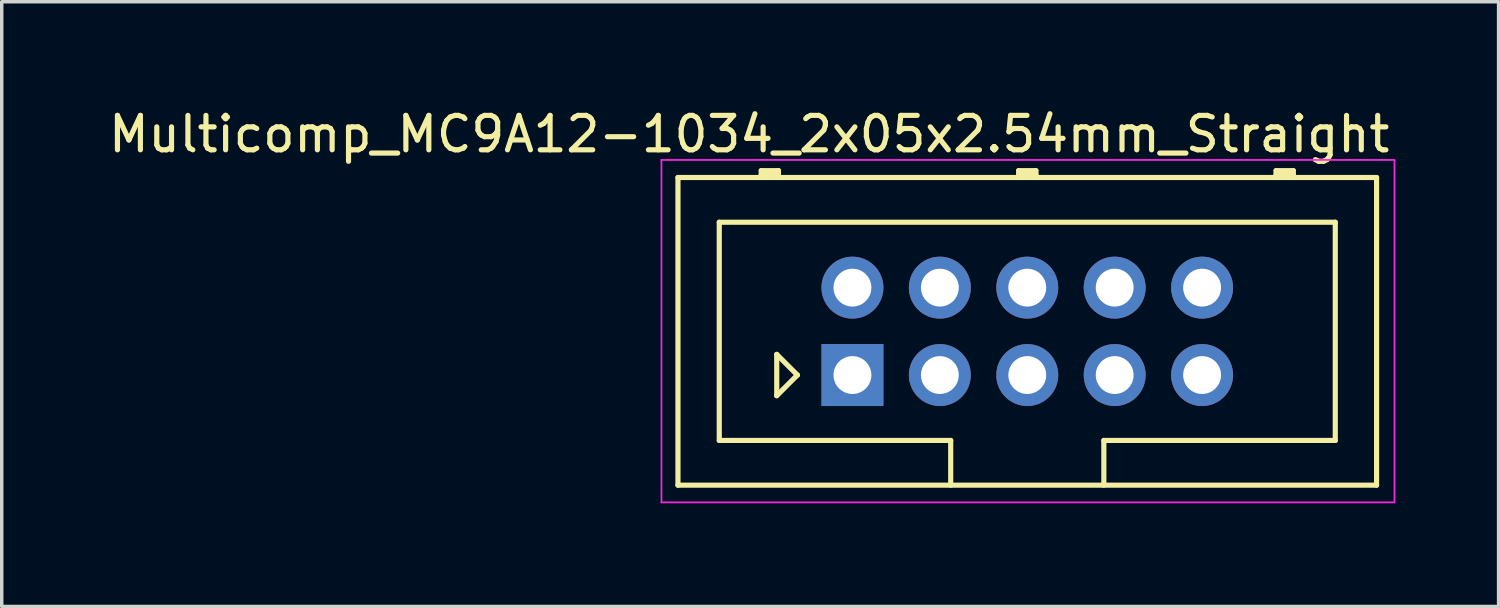
<source format=kicad_pcb>
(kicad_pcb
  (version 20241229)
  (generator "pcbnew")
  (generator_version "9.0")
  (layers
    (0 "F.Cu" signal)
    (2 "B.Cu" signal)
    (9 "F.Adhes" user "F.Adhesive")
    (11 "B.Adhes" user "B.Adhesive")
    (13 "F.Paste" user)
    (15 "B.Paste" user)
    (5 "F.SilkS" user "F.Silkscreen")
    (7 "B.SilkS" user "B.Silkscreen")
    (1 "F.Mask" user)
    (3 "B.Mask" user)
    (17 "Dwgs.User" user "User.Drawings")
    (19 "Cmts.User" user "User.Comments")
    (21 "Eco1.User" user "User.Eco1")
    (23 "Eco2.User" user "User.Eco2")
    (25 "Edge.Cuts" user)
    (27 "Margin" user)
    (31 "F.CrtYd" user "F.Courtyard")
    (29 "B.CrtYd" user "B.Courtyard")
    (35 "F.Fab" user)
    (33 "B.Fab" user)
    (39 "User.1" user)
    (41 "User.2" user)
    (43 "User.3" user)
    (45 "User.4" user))
  (footprint "Multicomp_MC9A12-1034_2x05x2.54mm_Straight"
    (layer "F.Cu")
    (at 21.72 7.848)
    (property "Reference" "Multicomp_MC9A12-1034_2x05x2.54mm_Straight" (at -3 -7 0) (layer "F.SilkS") (effects (font (size 1 1) (thickness 0.15))))
    (attr through_hole)
    (fp_line (start -5.07 -5.74) (end 15.23 -5.74) (stroke (width 0.15) (type solid)) (layer "F.SilkS"))
    (fp_line (start -5.07 3.2) (end -5.07 -5.74) (stroke (width 0.15) (type solid)) (layer "F.SilkS"))
    (fp_line (start -3.87 -4.44) (end 14.03 -4.44) (stroke (width 0.15) (type solid)) (layer "F.SilkS"))
    (fp_line (start -3.87 1.9) (end -3.87 -4.44) (stroke (width 0.15) (type solid)) (layer "F.SilkS"))
    (fp_line (start -2.65 -5.94) (end -2.15 -5.94) (stroke (width 0.15) (type solid)) (layer "F.SilkS"))
    (fp_line (start -2.65 -5.84) (end -2.15 -5.84) (stroke (width 0.15) (type solid)) (layer "F.SilkS"))
    (fp_line (start -2.65 -5.74) (end -2.65 -5.94) (stroke (width 0.15) (type solid)) (layer "F.SilkS"))
    (fp_line (start -2.2 -0.6) (end -1.6 0) (stroke (width 0.15) (type solid)) (layer "F.SilkS"))
    (fp_line (start -2.2 0.6) (end -2.2 -0.6) (stroke (width 0.15) (type solid)) (layer "F.SilkS"))
    (fp_line (start -2.15 -5.94) (end -2.15 -5.74) (stroke (width 0.15) (type solid)) (layer "F.SilkS"))
    (fp_line (start -1.6 0) (end -2.2 0.6) (stroke (width 0.15) (type solid)) (layer "F.SilkS"))
    (fp_line (start 2.855 1.9) (end -3.87 1.9) (stroke (width 0.15) (type solid)) (layer "F.SilkS"))
    (fp_line (start 2.855 3.2) (end 2.855 1.9) (stroke (width 0.15) (type solid)) (layer "F.SilkS"))
    (fp_line (start 4.83 -5.94) (end 5.33 -5.94) (stroke (width 0.15) (type solid)) (layer "F.SilkS"))
    (fp_line (start 4.83 -5.84) (end 5.33 -5.84) (stroke (width 0.15) (type solid)) (layer "F.SilkS"))
    (fp_line (start 4.83 -5.74) (end 4.83 -5.94) (stroke (width 0.15) (type solid)) (layer "F.SilkS"))
    (fp_line (start 5.33 -5.94) (end 5.33 -5.74) (stroke (width 0.15) (type solid)) (layer "F.SilkS"))
    (fp_line (start 7.305 1.9) (end 7.305 3.2) (stroke (width 0.15) (type solid)) (layer "F.SilkS"))
    (fp_line (start 12.31 -5.94) (end 12.81 -5.94) (stroke (width 0.15) (type solid)) (layer "F.SilkS"))
    (fp_line (start 12.31 -5.84) (end 12.81 -5.84) (stroke (width 0.15) (type solid)) (layer "F.SilkS"))
    (fp_line (start 12.31 -5.74) (end 12.31 -5.94) (stroke (width 0.15) (type solid)) (layer "F.SilkS"))
    (fp_line (start 12.81 -5.94) (end 12.81 -5.74) (stroke (width 0.15) (type solid)) (layer "F.SilkS"))
    (fp_line (start 14.03 -4.44) (end 14.03 1.9) (stroke (width 0.15) (type solid)) (layer "F.SilkS"))
    (fp_line (start 14.03 1.9) (end 7.305 1.9) (stroke (width 0.15) (type solid)) (layer "F.SilkS"))
    (fp_line (start 15.23 -5.74) (end 15.23 3.2) (stroke (width 0.15) (type solid)) (layer "F.SilkS"))
    (fp_line (start 15.23 3.2) (end -5.07 3.2) (stroke (width 0.15) (type solid)) (layer "F.SilkS"))
    (fp_line (start -5.55 -6.25) (end 15.75 -6.25) (stroke (width 0.05) (type solid)) (layer "F.CrtYd"))
    (fp_line (start -5.55 3.7) (end -5.55 -6.25) (stroke (width 0.05) (type solid)) (layer "F.CrtYd"))
    (fp_line (start 15.75 -6.25) (end 15.75 3.7) (stroke (width 0.05) (type solid)) (layer "F.CrtYd"))
    (fp_line (start 15.75 3.7) (end -5.55 3.7) (stroke (width 0.05) (type solid)) (layer "F.CrtYd"))
    (pad "1" thru_hole rect (at 0 0) (size 1.8 1.8) (drill 1.1) (layers "*.Cu" "*.Mask"))
    (pad "2" thru_hole circle (at 0 -2.54) (size 1.8 1.8) (drill 1.1) (layers "*.Cu" "*.Mask"))
    (pad "3" thru_hole circle (at 2.54 0) (size 1.8 1.8) (drill 1.1) (layers "*.Cu" "*.Mask"))
    (pad "4" thru_hole circle (at 2.54 -2.54) (size 1.8 1.8) (drill 1.1) (layers "*.Cu" "*.Mask"))
    (pad "5" thru_hole circle (at 5.08 0) (size 1.8 1.8) (drill 1.1) (layers "*.Cu" "*.Mask"))
    (pad "6" thru_hole circle (at 5.08 -2.54) (size 1.8 1.8) (drill 1.1) (layers "*.Cu" "*.Mask"))
    (pad "7" thru_hole circle (at 7.62 0) (size 1.8 1.8) (drill 1.1) (layers "*.Cu" "*.Mask"))
    (pad "8" thru_hole circle (at 7.62 -2.54) (size 1.8 1.8) (drill 1.1) (layers "*.Cu" "*.Mask"))
    (pad "9" thru_hole circle (at 10.16 0) (size 1.8 1.8) (drill 1.1) (layers "*.Cu" "*.Mask"))
    (pad "10" thru_hole circle (at 10.16 -2.54) (size 1.8 1.8) (drill 1.1) (layers "*.Cu" "*.Mask")))
  (gr_rect
    (start -3 -3)
    (end 40.495 14.573)
    (stroke (width 0.1) (type default))
    (fill no)
    (layer "Edge.Cuts")))
</source>
